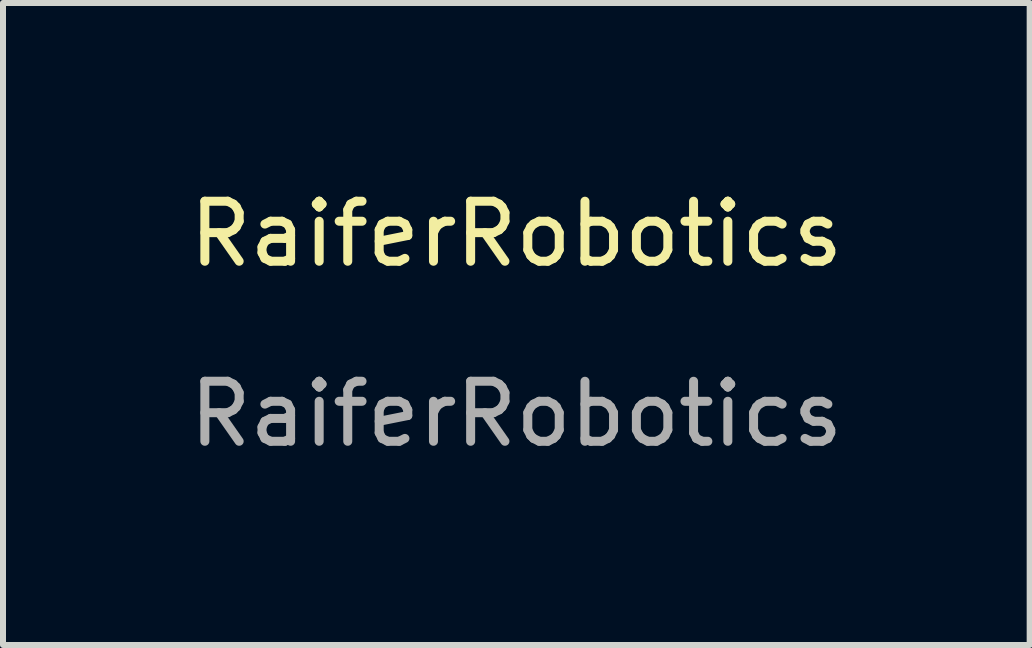
<source format=kicad_pcb>
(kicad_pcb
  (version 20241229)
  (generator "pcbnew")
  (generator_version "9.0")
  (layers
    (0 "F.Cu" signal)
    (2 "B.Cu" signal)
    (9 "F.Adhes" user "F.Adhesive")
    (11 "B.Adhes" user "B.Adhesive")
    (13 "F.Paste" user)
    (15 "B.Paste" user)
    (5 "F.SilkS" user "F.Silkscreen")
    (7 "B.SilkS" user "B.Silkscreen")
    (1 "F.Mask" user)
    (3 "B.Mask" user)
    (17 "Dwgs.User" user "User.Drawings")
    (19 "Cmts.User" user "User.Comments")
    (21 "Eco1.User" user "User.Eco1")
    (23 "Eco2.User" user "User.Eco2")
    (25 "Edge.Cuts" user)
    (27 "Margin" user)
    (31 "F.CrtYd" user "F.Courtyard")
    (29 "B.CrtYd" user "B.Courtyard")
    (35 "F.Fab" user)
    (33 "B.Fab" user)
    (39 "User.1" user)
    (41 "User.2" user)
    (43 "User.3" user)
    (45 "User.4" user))
  (footprint "RaiferRobotics"
    (layer "F.Cu")
    (at 5.554 1.348)
    (property "Reference" "RaiferRobotics" (at 0 -0.5 0) (unlocked yes) (layer "F.SilkS") (effects (font (size 1 1) (thickness 0.15))))
    (fp_text user "${REFERENCE}" (at 0 2.5 0) (unlocked yes) (layer "F.Fab") (effects (font (size 1 1) (thickness 0.15)))))
  (gr_rect
    (start -3 -3)
    (end 14.107 7.697)
    (stroke (width 0.1) (type default))
    (fill no)
    (layer "Edge.Cuts")))
</source>
